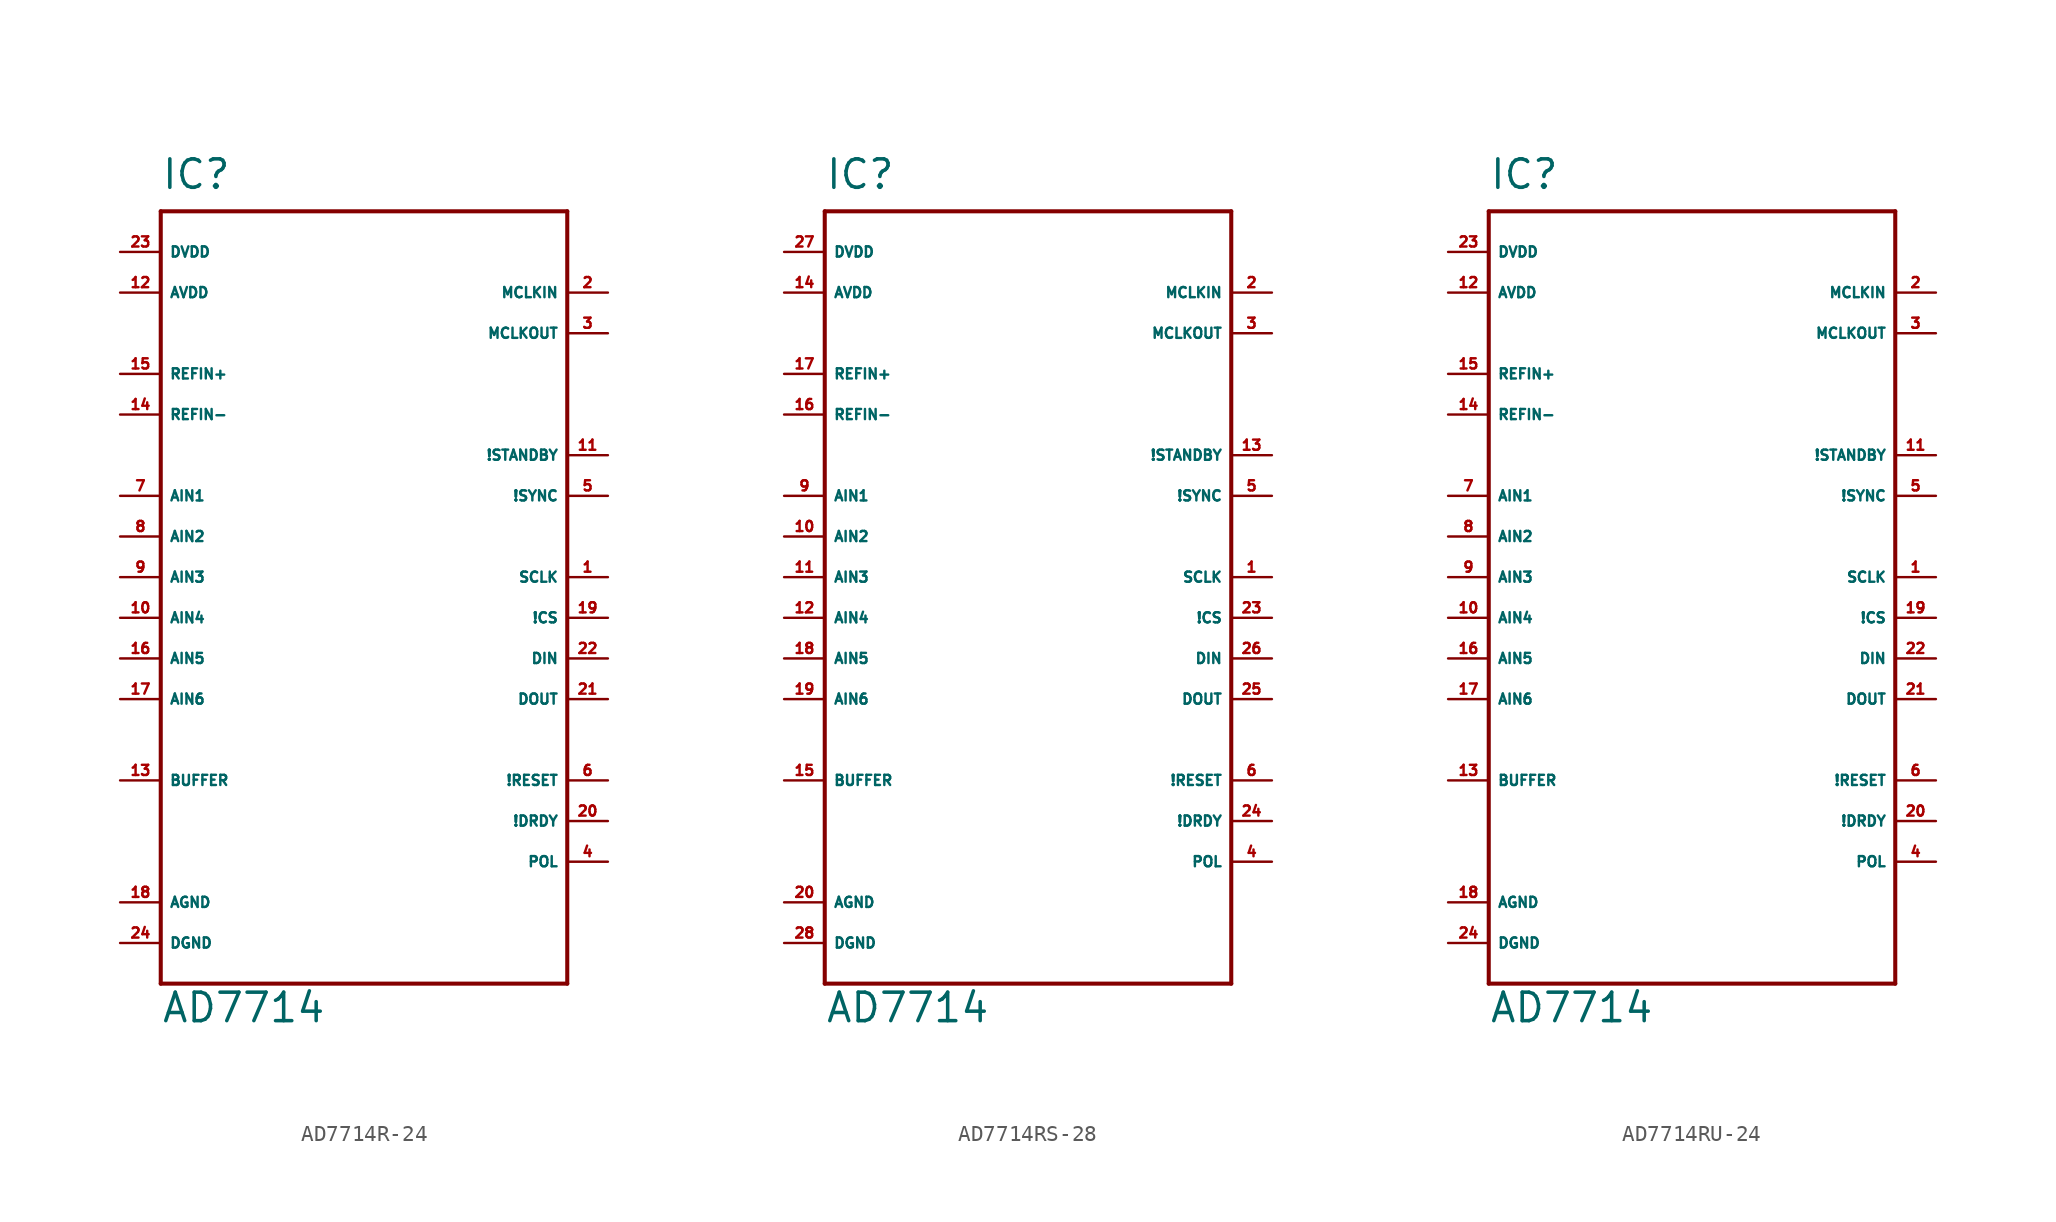
<source format=kicad_sym>
(kicad_symbol_lib
  (version 20220914)
  (generator Eagle2Kicad)
  (symbol "AD7714R-24"
    (property "Reference" "IC"
      (at -12.7 24.13 0)
      (effects (font (size 1.778 1.778) (thickness 0.22)) (justify left bottom)))
    (property "Value" "AD7714"
      (at -12.7 -27.94 0)
      (effects (font (size 1.778 1.778) (thickness 0.22)) (justify left bottom)))
    (polyline
      (pts (xy -12.7 22.86) (xy 12.7 22.86))
      (stroke (width 0.254) (type default))
      (fill (type none)))
    (polyline
      (pts (xy 12.7 22.86) (xy 12.7 -25.4))
      (stroke (width 0.254) (type default))
      (fill (type none)))
    (polyline
      (pts (xy 12.7 -25.4) (xy -12.7 -25.4))
      (stroke (width 0.254) (type default))
      (fill (type none)))
    (polyline
      (pts (xy -12.7 -25.4) (xy -12.7 22.86))
      (stroke (width 0.254) (type default))
      (fill (type none)))
    (pin output line
      (at 15.24 15.24 180)
      (length 2.54)
      (name "MCLKOUT" (effects (font (size 0.635 0.635) (thickness 0.08)) (justify left bottom)))
      (number "3" (effects (font (size 0.635 0.635) (thickness 0.08)) (justify left bottom))))
    (pin input line
      (at 15.24 5.08 180)
      (length 2.54)
      (name "!SYNC" (effects (font (size 0.635 0.635) (thickness 0.08)) (justify left bottom)))
      (number "5" (effects (font (size 0.635 0.635) (thickness 0.08)) (justify left bottom))))
    (pin input line
      (at -15.24 -12.7 0)
      (length 2.54)
      (name "BUFFER" (effects (font (size 0.635 0.635) (thickness 0.08)) (justify left bottom)))
      (number "13" (effects (font (size 0.635 0.635) (thickness 0.08)) (justify left bottom))))
    (pin input line
      (at 15.24 -17.78 180)
      (length 2.54)
      (name "POL" (effects (font (size 0.635 0.635) (thickness 0.08)) (justify left bottom)))
      (number "4" (effects (font (size 0.635 0.635) (thickness 0.08)) (justify left bottom))))
    (pin input line
      (at 15.24 0 180)
      (length 2.54)
      (name "SCLK" (effects (font (size 0.635 0.635) (thickness 0.08)) (justify left bottom)))
      (number "1" (effects (font (size 0.635 0.635) (thickness 0.08)) (justify left bottom))))
    (pin input line
      (at 15.24 -2.54 180)
      (length 2.54)
      (name "!CS" (effects (font (size 0.635 0.635) (thickness 0.08)) (justify left bottom)))
      (number "19" (effects (font (size 0.635 0.635) (thickness 0.08)) (justify left bottom))))
    (pin input line
      (at 15.24 -5.08 180)
      (length 2.54)
      (name "DIN" (effects (font (size 0.635 0.635) (thickness 0.08)) (justify left bottom)))
      (number "22" (effects (font (size 0.635 0.635) (thickness 0.08)) (justify left bottom))))
    (pin output line
      (at 15.24 -7.62 180)
      (length 2.54)
      (name "DOUT" (effects (font (size 0.635 0.635) (thickness 0.08)) (justify left bottom)))
      (number "21" (effects (font (size 0.635 0.635) (thickness 0.08)) (justify left bottom))))
    (pin input line
      (at 15.24 -12.7 180)
      (length 2.54)
      (name "!RESET" (effects (font (size 0.635 0.635) (thickness 0.08)) (justify left bottom)))
      (number "6" (effects (font (size 0.635 0.635) (thickness 0.08)) (justify left bottom))))
    (pin input line
      (at -15.24 12.7 0)
      (length 2.54)
      (name "REFIN+" (effects (font (size 0.635 0.635) (thickness 0.08)) (justify left bottom)))
      (number "15" (effects (font (size 0.635 0.635) (thickness 0.08)) (justify left bottom))))
    (pin input line
      (at -15.24 10.16 0)
      (length 2.54)
      (name "REFIN-" (effects (font (size 0.635 0.635) (thickness 0.08)) (justify left bottom)))
      (number "14" (effects (font (size 0.635 0.635) (thickness 0.08)) (justify left bottom))))
    (pin input line
      (at 15.24 -15.24 180)
      (length 2.54)
      (name "!DRDY" (effects (font (size 0.635 0.635) (thickness 0.08)) (justify left bottom)))
      (number "20" (effects (font (size 0.635 0.635) (thickness 0.08)) (justify left bottom))))
    (pin input line
      (at -15.24 17.78 0)
      (length 2.54)
      (name "AVDD" (effects (font (size 0.635 0.635) (thickness 0.08)) (justify left bottom)))
      (number "12" (effects (font (size 0.635 0.635) (thickness 0.08)) (justify left bottom))))
    (pin input line
      (at -15.24 -20.32 0)
      (length 2.54)
      (name "AGND" (effects (font (size 0.635 0.635) (thickness 0.08)) (justify left bottom)))
      (number "18" (effects (font (size 0.635 0.635) (thickness 0.08)) (justify left bottom))))
    (pin input line
      (at -15.24 20.32 0)
      (length 2.54)
      (name "DVDD" (effects (font (size 0.635 0.635) (thickness 0.08)) (justify left bottom)))
      (number "23" (effects (font (size 0.635 0.635) (thickness 0.08)) (justify left bottom))))
    (pin input line
      (at -15.24 5.08 0)
      (length 2.54)
      (name "AIN1" (effects (font (size 0.635 0.635) (thickness 0.08)) (justify left bottom)))
      (number "7" (effects (font (size 0.635 0.635) (thickness 0.08)) (justify left bottom))))
    (pin input line
      (at -15.24 2.54 0)
      (length 2.54)
      (name "AIN2" (effects (font (size 0.635 0.635) (thickness 0.08)) (justify left bottom)))
      (number "8" (effects (font (size 0.635 0.635) (thickness 0.08)) (justify left bottom))))
    (pin input line
      (at -15.24 0 0)
      (length 2.54)
      (name "AIN3" (effects (font (size 0.635 0.635) (thickness 0.08)) (justify left bottom)))
      (number "9" (effects (font (size 0.635 0.635) (thickness 0.08)) (justify left bottom))))
    (pin input line
      (at -15.24 -2.54 0)
      (length 2.54)
      (name "AIN4" (effects (font (size 0.635 0.635) (thickness 0.08)) (justify left bottom)))
      (number "10" (effects (font (size 0.635 0.635) (thickness 0.08)) (justify left bottom))))
    (pin input line
      (at -15.24 -5.08 0)
      (length 2.54)
      (name "AIN5" (effects (font (size 0.635 0.635) (thickness 0.08)) (justify left bottom)))
      (number "16" (effects (font (size 0.635 0.635) (thickness 0.08)) (justify left bottom))))
    (pin input line
      (at -15.24 -7.62 0)
      (length 2.54)
      (name "AIN6" (effects (font (size 0.635 0.635) (thickness 0.08)) (justify left bottom)))
      (number "17" (effects (font (size 0.635 0.635) (thickness 0.08)) (justify left bottom))))
    (pin input line
      (at 15.24 17.78 180)
      (length 2.54)
      (name "MCLKIN" (effects (font (size 0.635 0.635) (thickness 0.08)) (justify left bottom)))
      (number "2" (effects (font (size 0.635 0.635) (thickness 0.08)) (justify left bottom))))
    (pin input line
      (at -15.24 -22.86 0)
      (length 2.54)
      (name "DGND" (effects (font (size 0.635 0.635) (thickness 0.08)) (justify left bottom)))
      (number "24" (effects (font (size 0.635 0.635) (thickness 0.08)) (justify left bottom))))
    (pin input line
      (at 15.24 7.62 180)
      (length 2.54)
      (name "!STANDBY" (effects (font (size 0.635 0.635) (thickness 0.08)) (justify left bottom)))
      (number "11" (effects (font (size 0.635 0.635) (thickness 0.08)) (justify left bottom)))))
  (symbol "AD7714RS-28"
    (property "Reference" "IC"
      (at -12.7 24.13 0)
      (effects (font (size 1.778 1.778) (thickness 0.22)) (justify left bottom)))
    (property "Value" "AD7714"
      (at -12.7 -27.94 0)
      (effects (font (size 1.778 1.778) (thickness 0.22)) (justify left bottom)))
    (polyline
      (pts (xy -12.7 22.86) (xy 12.7 22.86))
      (stroke (width 0.254) (type default))
      (fill (type none)))
    (polyline
      (pts (xy 12.7 22.86) (xy 12.7 -25.4))
      (stroke (width 0.254) (type default))
      (fill (type none)))
    (polyline
      (pts (xy 12.7 -25.4) (xy -12.7 -25.4))
      (stroke (width 0.254) (type default))
      (fill (type none)))
    (polyline
      (pts (xy -12.7 -25.4) (xy -12.7 22.86))
      (stroke (width 0.254) (type default))
      (fill (type none)))
    (pin output line
      (at 15.24 15.24 180)
      (length 2.54)
      (name "MCLKOUT" (effects (font (size 0.635 0.635) (thickness 0.08)) (justify left bottom)))
      (number "3" (effects (font (size 0.635 0.635) (thickness 0.08)) (justify left bottom))))
    (pin input line
      (at 15.24 5.08 180)
      (length 2.54)
      (name "!SYNC" (effects (font (size 0.635 0.635) (thickness 0.08)) (justify left bottom)))
      (number "5" (effects (font (size 0.635 0.635) (thickness 0.08)) (justify left bottom))))
    (pin input line
      (at -15.24 -12.7 0)
      (length 2.54)
      (name "BUFFER" (effects (font (size 0.635 0.635) (thickness 0.08)) (justify left bottom)))
      (number "15" (effects (font (size 0.635 0.635) (thickness 0.08)) (justify left bottom))))
    (pin input line
      (at 15.24 -17.78 180)
      (length 2.54)
      (name "POL" (effects (font (size 0.635 0.635) (thickness 0.08)) (justify left bottom)))
      (number "4" (effects (font (size 0.635 0.635) (thickness 0.08)) (justify left bottom))))
    (pin input line
      (at 15.24 0 180)
      (length 2.54)
      (name "SCLK" (effects (font (size 0.635 0.635) (thickness 0.08)) (justify left bottom)))
      (number "1" (effects (font (size 0.635 0.635) (thickness 0.08)) (justify left bottom))))
    (pin input line
      (at 15.24 -2.54 180)
      (length 2.54)
      (name "!CS" (effects (font (size 0.635 0.635) (thickness 0.08)) (justify left bottom)))
      (number "23" (effects (font (size 0.635 0.635) (thickness 0.08)) (justify left bottom))))
    (pin input line
      (at 15.24 -5.08 180)
      (length 2.54)
      (name "DIN" (effects (font (size 0.635 0.635) (thickness 0.08)) (justify left bottom)))
      (number "26" (effects (font (size 0.635 0.635) (thickness 0.08)) (justify left bottom))))
    (pin output line
      (at 15.24 -7.62 180)
      (length 2.54)
      (name "DOUT" (effects (font (size 0.635 0.635) (thickness 0.08)) (justify left bottom)))
      (number "25" (effects (font (size 0.635 0.635) (thickness 0.08)) (justify left bottom))))
    (pin input line
      (at 15.24 -12.7 180)
      (length 2.54)
      (name "!RESET" (effects (font (size 0.635 0.635) (thickness 0.08)) (justify left bottom)))
      (number "6" (effects (font (size 0.635 0.635) (thickness 0.08)) (justify left bottom))))
    (pin input line
      (at -15.24 12.7 0)
      (length 2.54)
      (name "REFIN+" (effects (font (size 0.635 0.635) (thickness 0.08)) (justify left bottom)))
      (number "17" (effects (font (size 0.635 0.635) (thickness 0.08)) (justify left bottom))))
    (pin input line
      (at -15.24 10.16 0)
      (length 2.54)
      (name "REFIN-" (effects (font (size 0.635 0.635) (thickness 0.08)) (justify left bottom)))
      (number "16" (effects (font (size 0.635 0.635) (thickness 0.08)) (justify left bottom))))
    (pin input line
      (at 15.24 -15.24 180)
      (length 2.54)
      (name "!DRDY" (effects (font (size 0.635 0.635) (thickness 0.08)) (justify left bottom)))
      (number "24" (effects (font (size 0.635 0.635) (thickness 0.08)) (justify left bottom))))
    (pin input line
      (at -15.24 17.78 0)
      (length 2.54)
      (name "AVDD" (effects (font (size 0.635 0.635) (thickness 0.08)) (justify left bottom)))
      (number "14" (effects (font (size 0.635 0.635) (thickness 0.08)) (justify left bottom))))
    (pin input line
      (at -15.24 -20.32 0)
      (length 2.54)
      (name "AGND" (effects (font (size 0.635 0.635) (thickness 0.08)) (justify left bottom)))
      (number "20" (effects (font (size 0.635 0.635) (thickness 0.08)) (justify left bottom))))
    (pin input line
      (at -15.24 20.32 0)
      (length 2.54)
      (name "DVDD" (effects (font (size 0.635 0.635) (thickness 0.08)) (justify left bottom)))
      (number "27" (effects (font (size 0.635 0.635) (thickness 0.08)) (justify left bottom))))
    (pin input line
      (at -15.24 5.08 0)
      (length 2.54)
      (name "AIN1" (effects (font (size 0.635 0.635) (thickness 0.08)) (justify left bottom)))
      (number "9" (effects (font (size 0.635 0.635) (thickness 0.08)) (justify left bottom))))
    (pin input line
      (at -15.24 2.54 0)
      (length 2.54)
      (name "AIN2" (effects (font (size 0.635 0.635) (thickness 0.08)) (justify left bottom)))
      (number "10" (effects (font (size 0.635 0.635) (thickness 0.08)) (justify left bottom))))
    (pin input line
      (at -15.24 0 0)
      (length 2.54)
      (name "AIN3" (effects (font (size 0.635 0.635) (thickness 0.08)) (justify left bottom)))
      (number "11" (effects (font (size 0.635 0.635) (thickness 0.08)) (justify left bottom))))
    (pin input line
      (at -15.24 -2.54 0)
      (length 2.54)
      (name "AIN4" (effects (font (size 0.635 0.635) (thickness 0.08)) (justify left bottom)))
      (number "12" (effects (font (size 0.635 0.635) (thickness 0.08)) (justify left bottom))))
    (pin input line
      (at -15.24 -5.08 0)
      (length 2.54)
      (name "AIN5" (effects (font (size 0.635 0.635) (thickness 0.08)) (justify left bottom)))
      (number "18" (effects (font (size 0.635 0.635) (thickness 0.08)) (justify left bottom))))
    (pin input line
      (at -15.24 -7.62 0)
      (length 2.54)
      (name "AIN6" (effects (font (size 0.635 0.635) (thickness 0.08)) (justify left bottom)))
      (number "19" (effects (font (size 0.635 0.635) (thickness 0.08)) (justify left bottom))))
    (pin input line
      (at 15.24 17.78 180)
      (length 2.54)
      (name "MCLKIN" (effects (font (size 0.635 0.635) (thickness 0.08)) (justify left bottom)))
      (number "2" (effects (font (size 0.635 0.635) (thickness 0.08)) (justify left bottom))))
    (pin input line
      (at -15.24 -22.86 0)
      (length 2.54)
      (name "DGND" (effects (font (size 0.635 0.635) (thickness 0.08)) (justify left bottom)))
      (number "28" (effects (font (size 0.635 0.635) (thickness 0.08)) (justify left bottom))))
    (pin input line
      (at 15.24 7.62 180)
      (length 2.54)
      (name "!STANDBY" (effects (font (size 0.635 0.635) (thickness 0.08)) (justify left bottom)))
      (number "13" (effects (font (size 0.635 0.635) (thickness 0.08)) (justify left bottom)))))
  (symbol "AD7714RU-24"
    (property "Reference" "IC"
      (at -12.7 24.13 0)
      (effects (font (size 1.778 1.778) (thickness 0.22)) (justify left bottom)))
    (property "Value" "AD7714"
      (at -12.7 -27.94 0)
      (effects (font (size 1.778 1.778) (thickness 0.22)) (justify left bottom)))
    (polyline
      (pts (xy -12.7 22.86) (xy 12.7 22.86))
      (stroke (width 0.254) (type default))
      (fill (type none)))
    (polyline
      (pts (xy 12.7 22.86) (xy 12.7 -25.4))
      (stroke (width 0.254) (type default))
      (fill (type none)))
    (polyline
      (pts (xy 12.7 -25.4) (xy -12.7 -25.4))
      (stroke (width 0.254) (type default))
      (fill (type none)))
    (polyline
      (pts (xy -12.7 -25.4) (xy -12.7 22.86))
      (stroke (width 0.254) (type default))
      (fill (type none)))
    (pin output line
      (at 15.24 15.24 180)
      (length 2.54)
      (name "MCLKOUT" (effects (font (size 0.635 0.635) (thickness 0.08)) (justify left bottom)))
      (number "3" (effects (font (size 0.635 0.635) (thickness 0.08)) (justify left bottom))))
    (pin input line
      (at 15.24 5.08 180)
      (length 2.54)
      (name "!SYNC" (effects (font (size 0.635 0.635) (thickness 0.08)) (justify left bottom)))
      (number "5" (effects (font (size 0.635 0.635) (thickness 0.08)) (justify left bottom))))
    (pin input line
      (at -15.24 -12.7 0)
      (length 2.54)
      (name "BUFFER" (effects (font (size 0.635 0.635) (thickness 0.08)) (justify left bottom)))
      (number "13" (effects (font (size 0.635 0.635) (thickness 0.08)) (justify left bottom))))
    (pin input line
      (at 15.24 -17.78 180)
      (length 2.54)
      (name "POL" (effects (font (size 0.635 0.635) (thickness 0.08)) (justify left bottom)))
      (number "4" (effects (font (size 0.635 0.635) (thickness 0.08)) (justify left bottom))))
    (pin input line
      (at 15.24 0 180)
      (length 2.54)
      (name "SCLK" (effects (font (size 0.635 0.635) (thickness 0.08)) (justify left bottom)))
      (number "1" (effects (font (size 0.635 0.635) (thickness 0.08)) (justify left bottom))))
    (pin input line
      (at 15.24 -2.54 180)
      (length 2.54)
      (name "!CS" (effects (font (size 0.635 0.635) (thickness 0.08)) (justify left bottom)))
      (number "19" (effects (font (size 0.635 0.635) (thickness 0.08)) (justify left bottom))))
    (pin input line
      (at 15.24 -5.08 180)
      (length 2.54)
      (name "DIN" (effects (font (size 0.635 0.635) (thickness 0.08)) (justify left bottom)))
      (number "22" (effects (font (size 0.635 0.635) (thickness 0.08)) (justify left bottom))))
    (pin output line
      (at 15.24 -7.62 180)
      (length 2.54)
      (name "DOUT" (effects (font (size 0.635 0.635) (thickness 0.08)) (justify left bottom)))
      (number "21" (effects (font (size 0.635 0.635) (thickness 0.08)) (justify left bottom))))
    (pin input line
      (at 15.24 -12.7 180)
      (length 2.54)
      (name "!RESET" (effects (font (size 0.635 0.635) (thickness 0.08)) (justify left bottom)))
      (number "6" (effects (font (size 0.635 0.635) (thickness 0.08)) (justify left bottom))))
    (pin input line
      (at -15.24 12.7 0)
      (length 2.54)
      (name "REFIN+" (effects (font (size 0.635 0.635) (thickness 0.08)) (justify left bottom)))
      (number "15" (effects (font (size 0.635 0.635) (thickness 0.08)) (justify left bottom))))
    (pin input line
      (at -15.24 10.16 0)
      (length 2.54)
      (name "REFIN-" (effects (font (size 0.635 0.635) (thickness 0.08)) (justify left bottom)))
      (number "14" (effects (font (size 0.635 0.635) (thickness 0.08)) (justify left bottom))))
    (pin input line
      (at 15.24 -15.24 180)
      (length 2.54)
      (name "!DRDY" (effects (font (size 0.635 0.635) (thickness 0.08)) (justify left bottom)))
      (number "20" (effects (font (size 0.635 0.635) (thickness 0.08)) (justify left bottom))))
    (pin input line
      (at -15.24 17.78 0)
      (length 2.54)
      (name "AVDD" (effects (font (size 0.635 0.635) (thickness 0.08)) (justify left bottom)))
      (number "12" (effects (font (size 0.635 0.635) (thickness 0.08)) (justify left bottom))))
    (pin input line
      (at -15.24 -20.32 0)
      (length 2.54)
      (name "AGND" (effects (font (size 0.635 0.635) (thickness 0.08)) (justify left bottom)))
      (number "18" (effects (font (size 0.635 0.635) (thickness 0.08)) (justify left bottom))))
    (pin input line
      (at -15.24 20.32 0)
      (length 2.54)
      (name "DVDD" (effects (font (size 0.635 0.635) (thickness 0.08)) (justify left bottom)))
      (number "23" (effects (font (size 0.635 0.635) (thickness 0.08)) (justify left bottom))))
    (pin input line
      (at -15.24 5.08 0)
      (length 2.54)
      (name "AIN1" (effects (font (size 0.635 0.635) (thickness 0.08)) (justify left bottom)))
      (number "7" (effects (font (size 0.635 0.635) (thickness 0.08)) (justify left bottom))))
    (pin input line
      (at -15.24 2.54 0)
      (length 2.54)
      (name "AIN2" (effects (font (size 0.635 0.635) (thickness 0.08)) (justify left bottom)))
      (number "8" (effects (font (size 0.635 0.635) (thickness 0.08)) (justify left bottom))))
    (pin input line
      (at -15.24 0 0)
      (length 2.54)
      (name "AIN3" (effects (font (size 0.635 0.635) (thickness 0.08)) (justify left bottom)))
      (number "9" (effects (font (size 0.635 0.635) (thickness 0.08)) (justify left bottom))))
    (pin input line
      (at -15.24 -2.54 0)
      (length 2.54)
      (name "AIN4" (effects (font (size 0.635 0.635) (thickness 0.08)) (justify left bottom)))
      (number "10" (effects (font (size 0.635 0.635) (thickness 0.08)) (justify left bottom))))
    (pin input line
      (at -15.24 -5.08 0)
      (length 2.54)
      (name "AIN5" (effects (font (size 0.635 0.635) (thickness 0.08)) (justify left bottom)))
      (number "16" (effects (font (size 0.635 0.635) (thickness 0.08)) (justify left bottom))))
    (pin input line
      (at -15.24 -7.62 0)
      (length 2.54)
      (name "AIN6" (effects (font (size 0.635 0.635) (thickness 0.08)) (justify left bottom)))
      (number "17" (effects (font (size 0.635 0.635) (thickness 0.08)) (justify left bottom))))
    (pin input line
      (at 15.24 17.78 180)
      (length 2.54)
      (name "MCLKIN" (effects (font (size 0.635 0.635) (thickness 0.08)) (justify left bottom)))
      (number "2" (effects (font (size 0.635 0.635) (thickness 0.08)) (justify left bottom))))
    (pin input line
      (at -15.24 -22.86 0)
      (length 2.54)
      (name "DGND" (effects (font (size 0.635 0.635) (thickness 0.08)) (justify left bottom)))
      (number "24" (effects (font (size 0.635 0.635) (thickness 0.08)) (justify left bottom))))
    (pin input line
      (at 15.24 7.62 180)
      (length 2.54)
      (name "!STANDBY" (effects (font (size 0.635 0.635) (thickness 0.08)) (justify left bottom)))
      (number "11" (effects (font (size 0.635 0.635) (thickness 0.08)) (justify left bottom))))))
</source>
